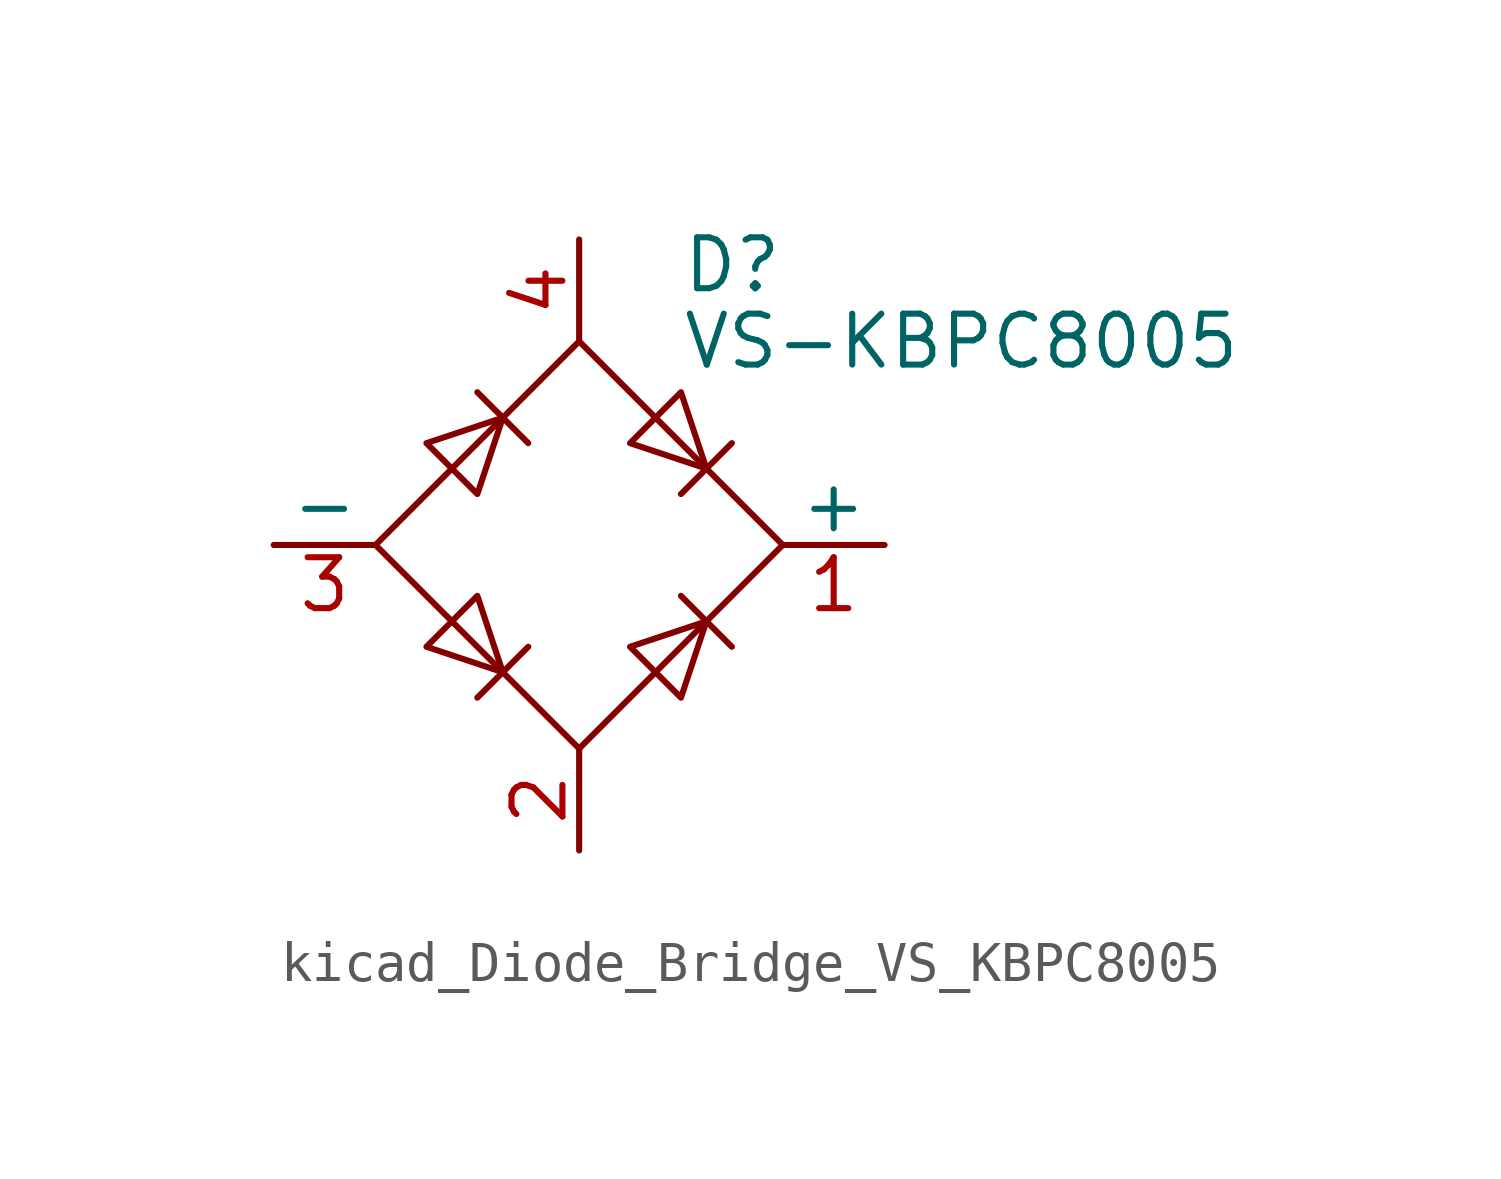
<source format=kicad_sym>
(kicad_symbol_lib
  (version 20220914)
  (generator kicad_symbol_editor)
  (symbol "kicad_Diode_Bridge_VS_KBPC8005"
    (pin_names
      (offset 0))
    (property "Reference" "D"
      (at 2.54 6.985 0)
      (effects (font (size 1.27 1.27)) (justify left)))
    (property "Value" "VS-KBPC8005"
      (at 2.54 5.08 0)
      (effects (font (size 1.27 1.27)) (justify left)))
    (symbol "kicad_Diode_Bridge_VS_KBPC8005_0_1"
      (polyline (pts (xy -2.54 3.81) (xy -1.27 2.54)) (stroke (width 0) (type default)) (fill (type none)))
      (polyline (pts (xy -1.27 -2.54) (xy -2.54 -3.81)) (stroke (width 0) (type default)) (fill (type none)))
      (polyline (pts (xy 2.54 -1.27) (xy 3.81 -2.54)) (stroke (width 0) (type default)) (fill (type none)))
      (polyline (pts (xy 2.54 1.27) (xy 3.81 2.54)) (stroke (width 0) (type default)) (fill (type none)))
      (polyline (pts (xy -3.81 2.54) (xy -2.54 1.27) (xy -1.905 3.175) (xy -3.81 2.54)) (stroke (width 0) (type default)) (fill (type none)))
      (polyline (pts (xy -2.54 -1.27) (xy -3.81 -2.54) (xy -1.905 -3.175) (xy -2.54 -1.27)) (stroke (width 0) (type default)) (fill (type none)))
      (polyline (pts (xy 1.27 2.54) (xy 2.54 3.81) (xy 3.175 1.905) (xy 1.27 2.54)) (stroke (width 0) (type default)) (fill (type none)))
      (polyline (pts (xy 3.175 -1.905) (xy 1.27 -2.54) (xy 2.54 -3.81) (xy 3.175 -1.905)) (stroke (width 0) (type default)) (fill (type none)))
      (polyline (pts (xy -5.08 0) (xy 0 -5.08) (xy 5.08 0) (xy 0 5.08) (xy -5.08 0)) (stroke (width 0) (type default)) (fill (type none))))
    (symbol "kicad_Diode_Bridge_VS_KBPC8005_1_1"
      (pin passive line (at 7.62 0 180) (length 2.54) (name "+" (effects (font (size 1.27 1.27)))) (number "1" (effects (font (size 1.27 1.27)))))
      (pin passive line (at 0 -7.62 90) (length 2.54) (name "~" (effects (font (size 1.27 1.27)))) (number "2" (effects (font (size 1.27 1.27)))))
      (pin passive line (at -7.62 0 0) (length 2.54) (name "-" (effects (font (size 1.27 1.27)))) (number "3" (effects (font (size 1.27 1.27)))))
      (pin passive line (at 0 7.62 270) (length 2.54) (name "~" (effects (font (size 1.27 1.27)))) (number "4" (effects (font (size 1.27 1.27))))))))
</source>
